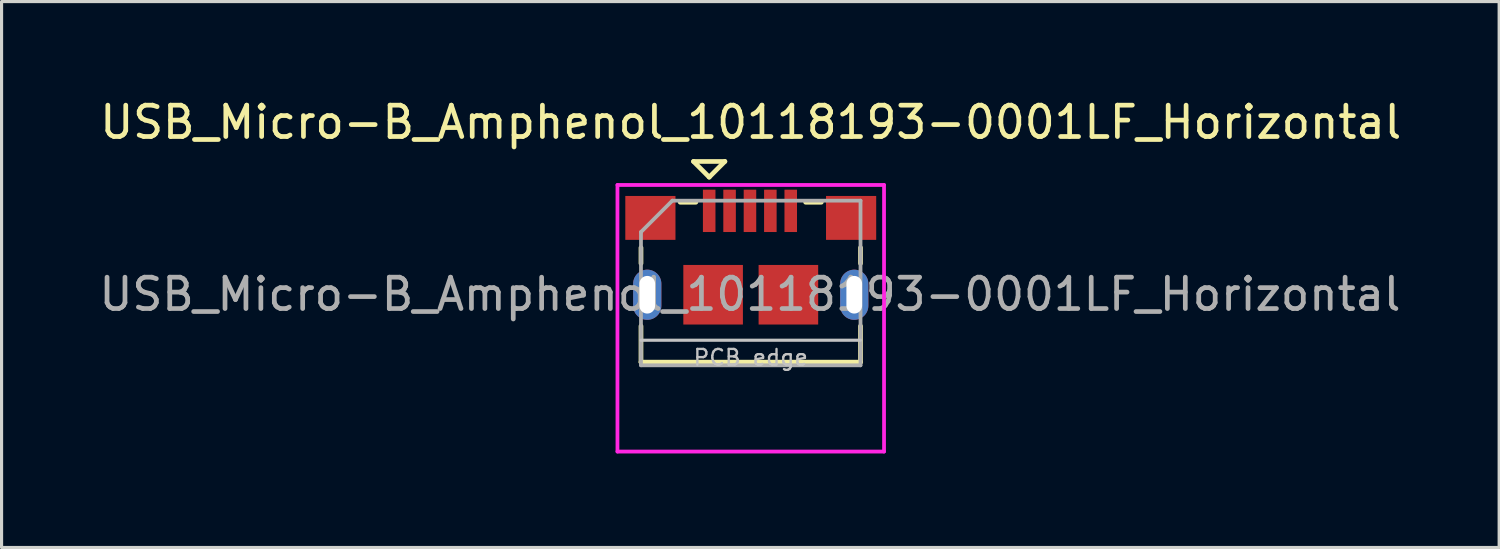
<source format=kicad_pcb>
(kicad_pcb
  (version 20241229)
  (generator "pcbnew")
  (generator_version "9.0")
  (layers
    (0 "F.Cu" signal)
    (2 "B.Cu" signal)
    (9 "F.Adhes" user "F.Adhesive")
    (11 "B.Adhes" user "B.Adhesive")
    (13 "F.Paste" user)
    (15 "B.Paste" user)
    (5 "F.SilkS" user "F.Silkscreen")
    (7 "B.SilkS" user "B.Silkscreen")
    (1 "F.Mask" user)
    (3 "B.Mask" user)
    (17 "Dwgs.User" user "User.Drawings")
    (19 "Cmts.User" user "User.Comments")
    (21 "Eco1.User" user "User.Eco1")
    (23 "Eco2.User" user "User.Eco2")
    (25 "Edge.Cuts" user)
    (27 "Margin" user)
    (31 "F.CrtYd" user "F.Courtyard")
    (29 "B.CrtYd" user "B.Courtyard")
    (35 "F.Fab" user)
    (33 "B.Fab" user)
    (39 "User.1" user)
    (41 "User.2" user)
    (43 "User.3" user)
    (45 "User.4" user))
  (footprint "USB_Micro-B_Amphenol_10118193-0001LF_Horizontal"
    (layer "F.Cu")
    (at 20.888 6.348)
    (property "Reference" "USB_Micro-B_Amphenol_10118193-0001LF_Horizontal" (at 0 -5.5 0) (layer "F.SilkS") (effects (font (size 1 1) (thickness 0.15))))
    (attr smd)
    (fp_line (start -3.5 -1.5) (end -3.5 -1) (stroke (width 0.15) (type solid)) (layer "F.SilkS"))
    (fp_line (start -3.5 1) (end -3.5 2.15) (stroke (width 0.15) (type solid)) (layer "F.SilkS"))
    (fp_line (start -3.5 2.15) (end 3.5 2.15) (stroke (width 0.15) (type solid)) (layer "F.SilkS"))
    (fp_line (start -2.25 -2.95) (end -1.75 -2.95) (stroke (width 0.15) (type solid)) (layer "F.SilkS"))
    (fp_line (start -1.825 -4.25) (end -1.325 -3.75) (stroke (width 0.15) (type solid)) (layer "F.SilkS"))
    (fp_line (start -1.325 -3.75) (end -0.825 -4.25) (stroke (width 0.15) (type solid)) (layer "F.SilkS"))
    (fp_line (start -0.825 -4.25) (end -1.825 -4.25) (stroke (width 0.15) (type solid)) (layer "F.SilkS"))
    (fp_line (start 1.75 -2.95) (end 2.25 -2.95) (stroke (width 0.15) (type solid)) (layer "F.SilkS"))
    (fp_line (start 3.5 -1.5) (end 3.5 -1) (stroke (width 0.15) (type solid)) (layer "F.SilkS"))
    (fp_line (start 3.5 1) (end 3.5 2.15) (stroke (width 0.15) (type solid)) (layer "F.SilkS"))
    (fp_line (start -3.5 1.45) (end 3.5 1.45) (stroke (width 0.1) (type solid)) (layer "Dwgs.User"))
    (fp_line (start -4.25 -3.5) (end 4.25 -3.5) (stroke (width 0.12) (type solid)) (layer "F.CrtYd"))
    (fp_line (start -4.25 5) (end -4.25 -3.5) (stroke (width 0.12) (type solid)) (layer "F.CrtYd"))
    (fp_line (start 4.25 -3.5) (end 4.25 5) (stroke (width 0.12) (type solid)) (layer "F.CrtYd"))
    (fp_line (start 4.25 5) (end -4.25 5) (stroke (width 0.12) (type solid)) (layer "F.CrtYd"))
    (fp_line (start -3.5 -2) (end -3.5 2.25) (stroke (width 0.12) (type solid)) (layer "F.Fab"))
    (fp_line (start -3.5 2.25) (end 3.5 2.25) (stroke (width 0.12) (type solid)) (layer "F.Fab"))
    (fp_line (start -2.5 -3) (end -3.5 -2) (stroke (width 0.12) (type solid)) (layer "F.Fab"))
    (fp_line (start 3.5 -3) (end -2.5 -3) (stroke (width 0.12) (type solid)) (layer "F.Fab"))
    (fp_line (start 3.5 2.25) (end 3.5 -3) (stroke (width 0.12) (type solid)) (layer "F.Fab"))
    (fp_text user "PCB edge" (at 0 2 0) (layer "Dwgs.User") (effects (font (size 0.5 0.5) (thickness 0.075))))
    (fp_text user "${REFERENCE}" (at -0.025 -0.015 0) (layer "F.Fab") (effects (font (size 1 1) (thickness 0.15))))
    (pad "1" smd rect (at -1.325 -2.675 90) (size 1.35 0.4) (layers "F.Cu" "F.Mask" "F.Paste"))
    (pad "2" smd rect (at -0.675 -2.675 90) (size 1.35 0.4) (layers "F.Cu" "F.Mask" "F.Paste"))
    (pad "3" smd rect (at -0.025 -2.675 90) (size 1.35 0.4) (layers "F.Cu" "F.Mask" "F.Paste"))
    (pad "4" smd rect (at 0.625 -2.675 90) (size 1.35 0.4) (layers "F.Cu" "F.Mask" "F.Paste"))
    (pad "5" smd rect (at 1.275 -2.675 90) (size 1.35 0.4) (layers "F.Cu" "F.Mask" "F.Paste"))
    (pad "6" thru_hole oval (at -3.3 0 90) (size 1.6 0.9) (drill oval 1.2 0.5) (layers "*.Cu" "*.Mask"))
    (pad "6" smd rect (at -3.2 -2.45) (size 1.6 1.4) (layers "F.Cu" "F.Mask" "F.Paste"))
    (pad "6" smd rect (at -1.2 0) (size 1.9 1.9) (layers "F.Cu" "F.Mask" "F.Paste"))
    (pad "6" smd rect (at 1.2 0) (size 1.9 1.9) (layers "F.Cu" "F.Mask" "F.Paste"))
    (pad "6" smd rect (at 3.2 -2.45) (size 1.6 1.4) (layers "F.Cu" "F.Mask" "F.Paste"))
    (pad "6" thru_hole oval (at 3.3 0 90) (size 1.6 0.9) (drill oval 1.2 0.5) (layers "*.Cu" "*.Mask")))
  (gr_rect
    (start -3 -3)
    (end 44.751 14.408)
    (stroke (width 0.1) (type default))
    (fill no)
    (layer "Edge.Cuts")))
</source>
